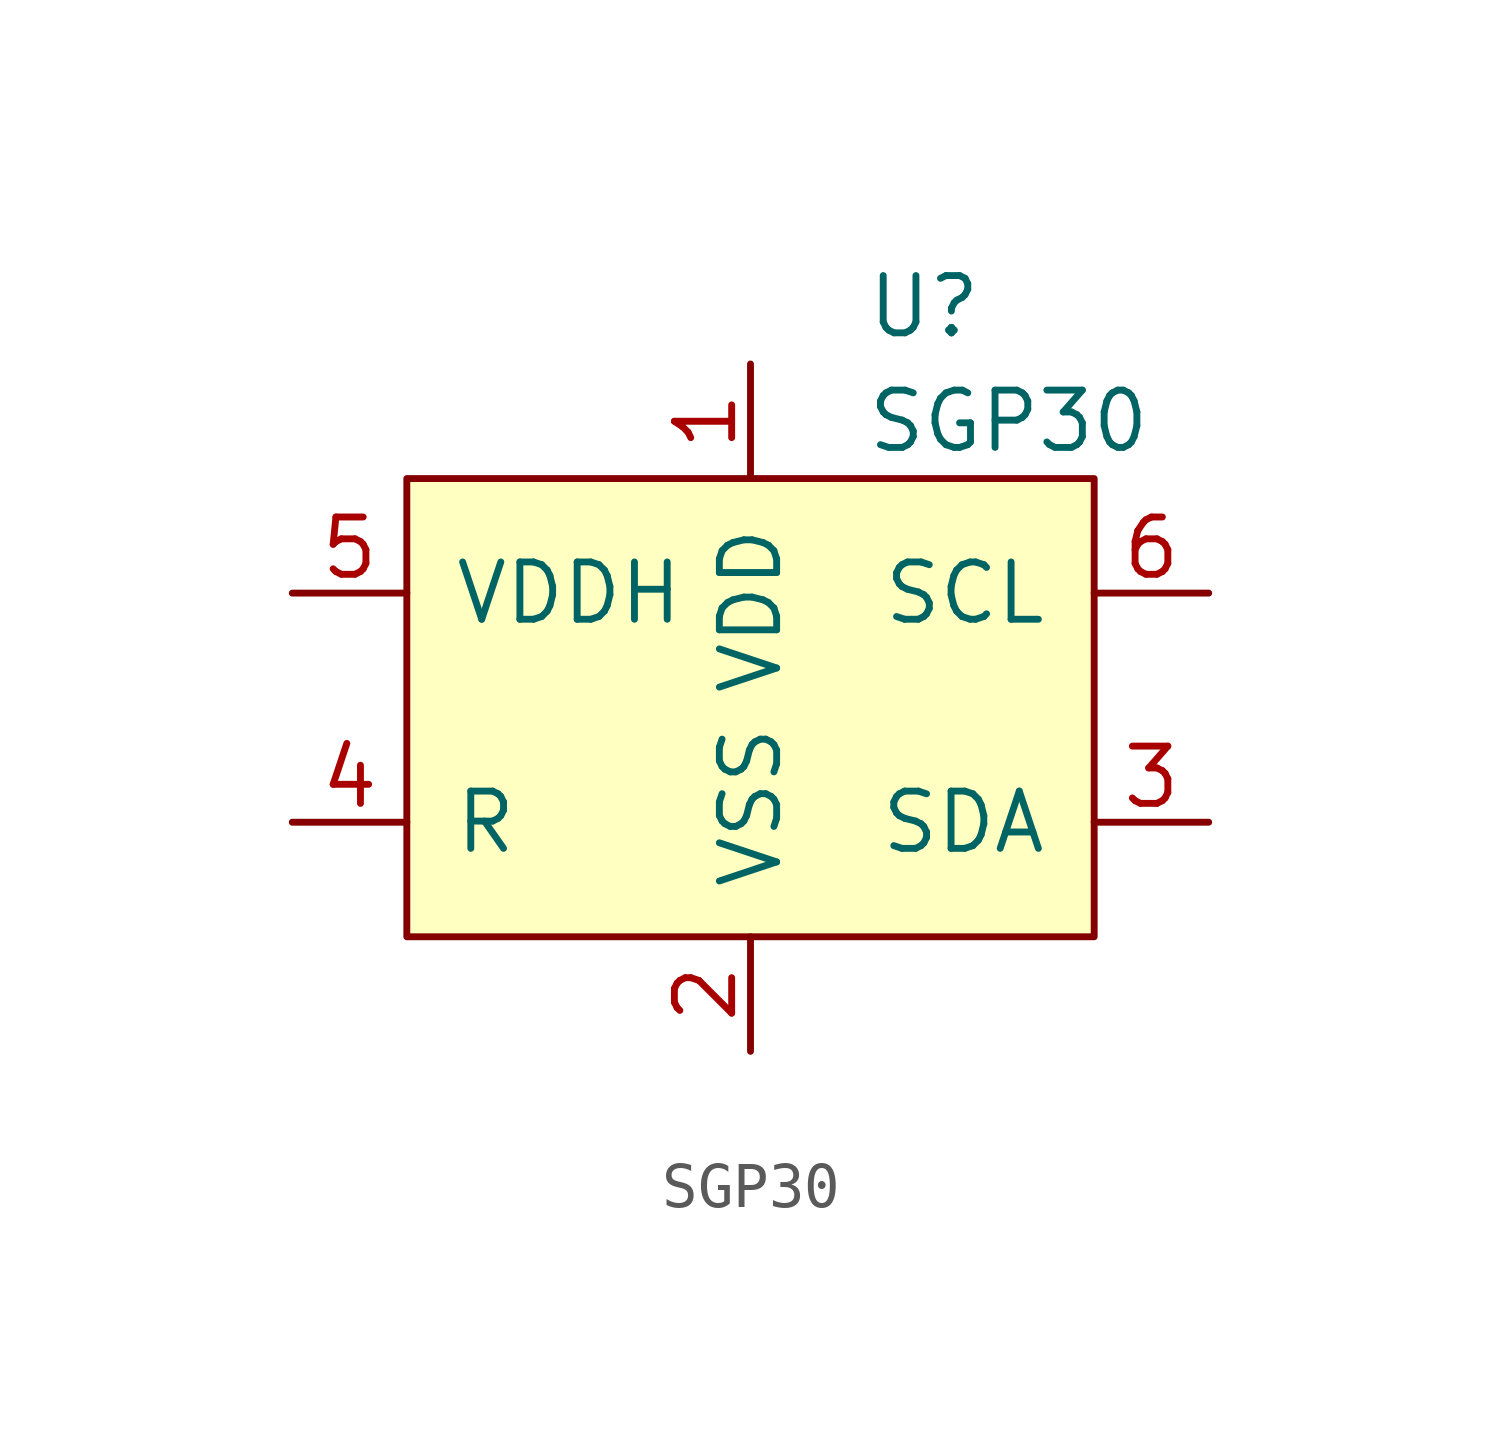
<source format=kicad_sym>
(kicad_symbol_lib
  (version 20241209)
  (generator "kicad_symbol_editor")
  (generator_version "9.0")
  (symbol "SGP30"
    (pin_names
      (offset 1.016))
    (property "Reference" "U"
      (at 2.54 8.89 0)
      (effects (font (size 1.27 1.27)) (justify left)))
    (property "Value" "SGP30"
      (at 2.54 6.35 0)
      (effects (font (size 1.27 1.27)) (justify left)))
    (symbol "SGP30_0_1"
      (rectangle (start -7.62 5.08) (end 7.62 -5.08) (stroke (width 0) (type default)) (fill (type background))))
    (symbol "SGP30_1_1"
      (pin power_in line (at -10.16 2.54 0) (length 2.54) (name "VDDH" (effects (font (size 1.27 1.27)))) (number "5" (effects (font (size 1.27 1.27)))))
      (pin input line (at -10.16 -2.54 0) (length 2.54) (name "R" (effects (font (size 1.27 1.27)))) (number "4" (effects (font (size 1.27 1.27)))))
      (pin power_in line (at 0 7.62 270) (length 2.54) (name "VDD" (effects (font (size 1.27 1.27)))) (number "1" (effects (font (size 1.27 1.27)))))
      (pin power_in line (at 0 -7.62 90) (length 2.54) (name "VSS" (effects (font (size 1.27 1.27)))) (number "2" (effects (font (size 1.27 1.27)))))
      (pin bidirectional line (at 10.16 2.54 180) (length 2.54) (name "SCL" (effects (font (size 1.27 1.27)))) (number "6" (effects (font (size 1.27 1.27)))))
      (pin bidirectional line (at 10.16 -2.54 180) (length 2.54) (name "SDA" (effects (font (size 1.27 1.27)))) (number "3" (effects (font (size 1.27 1.27))))))))
</source>
